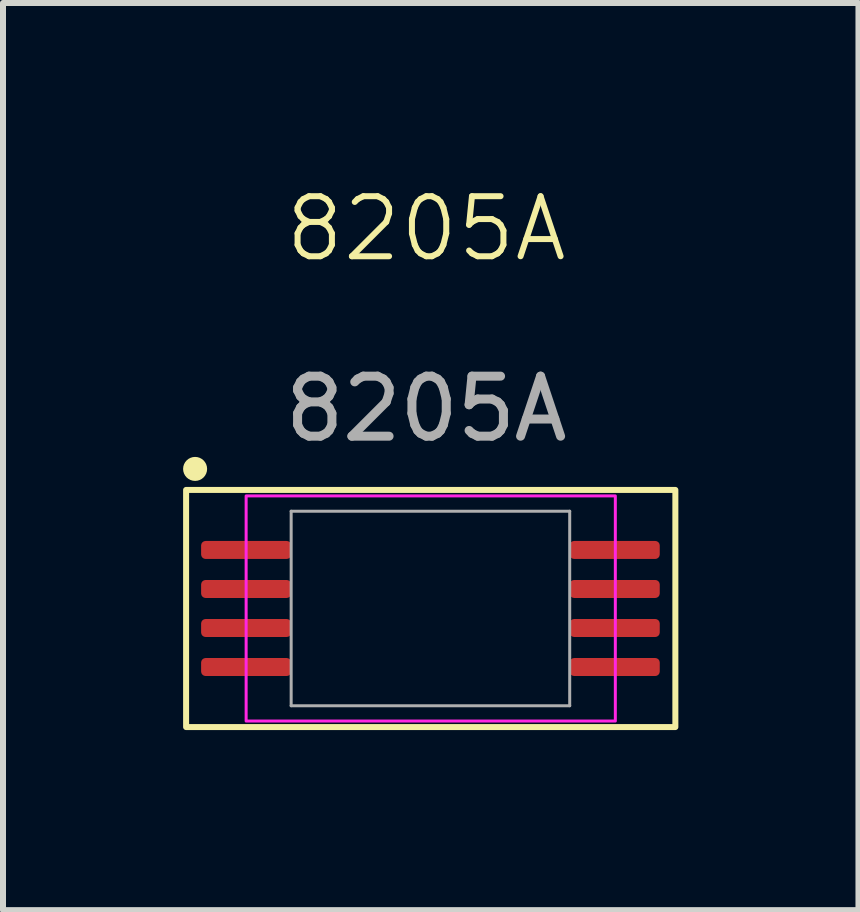
<source format=kicad_pcb>
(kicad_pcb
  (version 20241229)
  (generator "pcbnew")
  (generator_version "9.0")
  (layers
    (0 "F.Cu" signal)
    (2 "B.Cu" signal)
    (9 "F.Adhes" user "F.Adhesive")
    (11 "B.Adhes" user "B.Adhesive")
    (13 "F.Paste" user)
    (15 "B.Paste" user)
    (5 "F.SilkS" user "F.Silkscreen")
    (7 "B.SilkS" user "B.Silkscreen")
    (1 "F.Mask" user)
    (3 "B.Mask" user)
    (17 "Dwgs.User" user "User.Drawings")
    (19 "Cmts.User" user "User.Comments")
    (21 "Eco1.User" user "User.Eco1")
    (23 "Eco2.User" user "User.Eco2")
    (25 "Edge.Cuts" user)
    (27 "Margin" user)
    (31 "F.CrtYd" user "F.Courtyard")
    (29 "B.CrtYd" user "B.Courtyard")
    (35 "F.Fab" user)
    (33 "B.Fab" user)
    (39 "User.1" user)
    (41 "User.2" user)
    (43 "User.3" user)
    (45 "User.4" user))
  (footprint "8205A"
    (layer "F.Cu")
    (at 1.05 6.111)
    (property "Reference" "8205A" (at 3 -5.35 0) (unlocked yes) (layer "F.SilkS") (effects (font (size 1 1) (thickness 0.1))))
    (attr smd)
    (fp_rect (start -1 -1) (end 7.15 2.95) (stroke (width 0.1) (type default)) (fill no) (layer "F.SilkS"))
    (fp_circle (center -0.85 -1.35) (end -0.75 -1.35) (stroke (width 0.2) (type default)) (fill no) (layer "F.SilkS"))
    (fp_rect (start 0 -0.9) (end 6.15 2.85) (stroke (width 0.05) (type default)) (fill no) (layer "F.CrtYd"))
    (fp_line (start 0.75 -0.645) (end 0.75 2.595) (stroke (width 0.05) (type default)) (layer "F.Fab"))
    (fp_line (start 0.75 -0.645) (end 5.39 -0.645) (stroke (width 0.05) (type default)) (layer "F.Fab"))
    (fp_line (start 0.75 2.595) (end 5.39 2.595) (stroke (width 0.05) (type default)) (layer "F.Fab"))
    (fp_line (start 5.39 2.595) (end 5.39 -0.645) (stroke (width 0.05) (type default)) (layer "F.Fab"))
    (fp_text user "${REFERENCE}" (at 3 -2.35 0) (unlocked yes) (layer "F.Fab") (effects (font (size 1 1) (thickness 0.15))))
    (pad "1" smd roundrect (at 0 0) (size 1.5 0.3) (layers "F.Cu" "F.Mask" "F.Paste") (roundrect_rratio 0.25))
    (pad "2" smd roundrect (at 0 0.65) (size 1.5 0.3) (layers "F.Cu" "F.Mask" "F.Paste") (roundrect_rratio 0.25))
    (pad "3" smd roundrect (at 0 1.3) (size 1.5 0.3) (layers "F.Cu" "F.Mask" "F.Paste") (roundrect_rratio 0.25))
    (pad "4" smd roundrect (at 0 1.95) (size 1.5 0.3) (layers "F.Cu" "F.Mask" "F.Paste") (roundrect_rratio 0.25))
    (pad "5" smd roundrect (at 6.14 1.95) (size 1.5 0.3) (layers "F.Cu" "F.Mask" "F.Paste") (roundrect_rratio 0.25))
    (pad "6" smd roundrect (at 6.14 1.3) (size 1.5 0.3) (layers "F.Cu" "F.Mask" "F.Paste") (roundrect_rratio 0.25))
    (pad "7" smd roundrect (at 6.14 0.65) (size 1.5 0.3) (layers "F.Cu" "F.Mask" "F.Paste") (roundrect_rratio 0.25))
    (pad "8" smd roundrect (at 6.14 0) (size 1.5 0.3) (layers "F.Cu" "F.Mask" "F.Paste") (roundrect_rratio 0.25)))
  (gr_rect
    (start -3 -3)
    (end 11.25 12.111)
    (stroke (width 0.1) (type default))
    (fill no)
    (layer "Edge.Cuts")))
</source>
